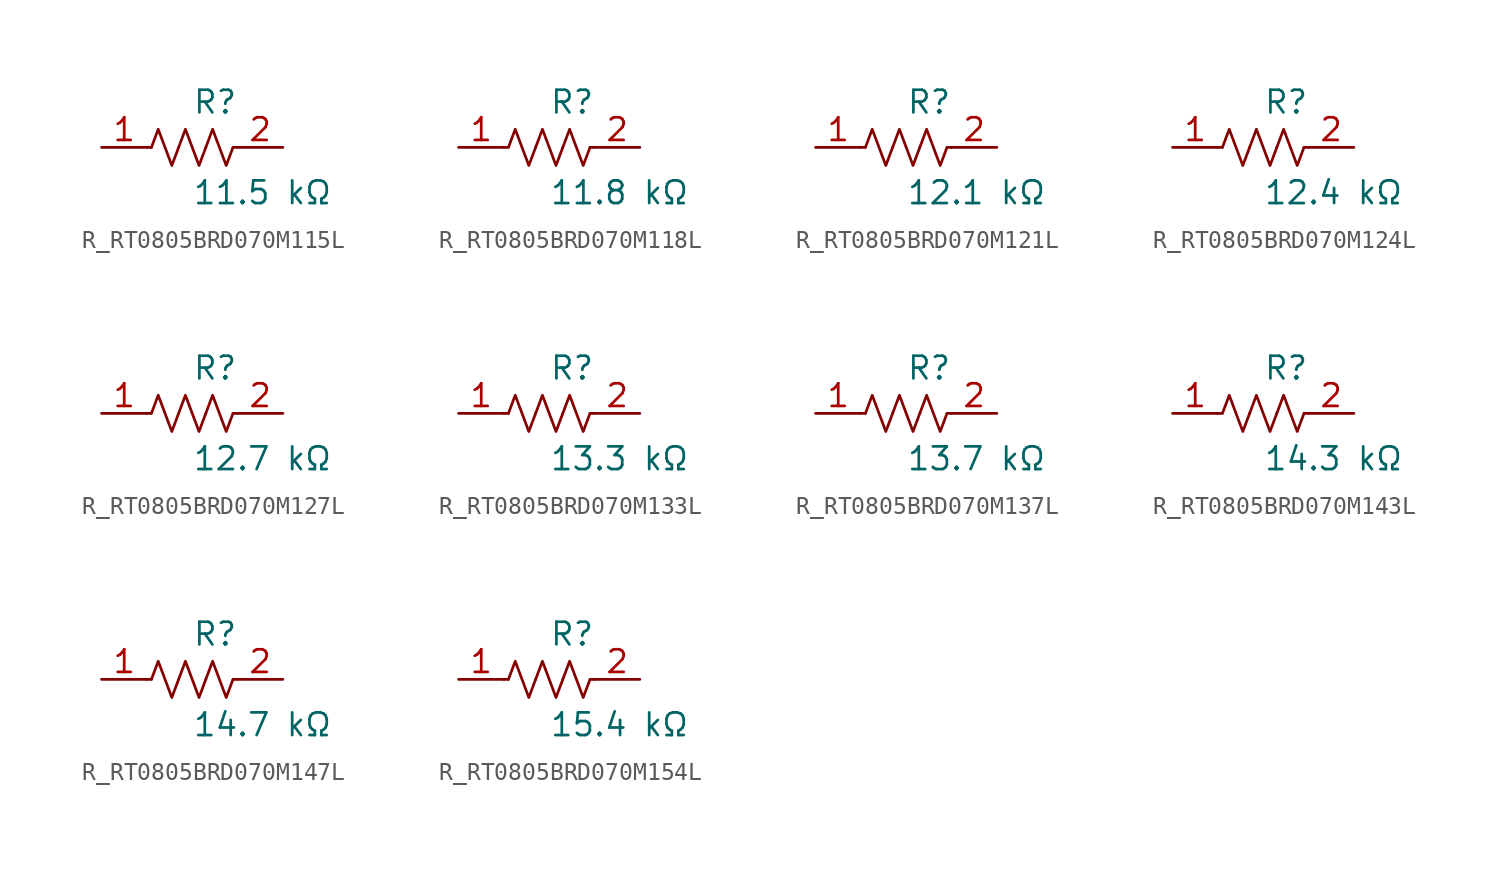
<source format=kicad_sym>
(kicad_symbol_lib
  (version 20231120)
  (generator kicad_symbol_editor)
  (generator_version 8.0)
  (symbol "R_RT0805BRD070M115L"
    (pin_names
      (offset 0.254))
    (property "Reference" "R"
      (at 0.0 2.54 0)
      (effects (font (size 1.27 1.27)) (justify left)))
    (property "Value" "11.5 kΩ"
      (at 0.0 -2.54 0)
      (effects (font (size 1.27 1.27)) (justify left)))
    (symbol "R_RT0805BRD070M115L_0_1"
      (polyline (pts (xy 2.286 0) (xy 2.54 0)) (stroke (width 0) (type default)) (fill (type none)))
      (polyline (pts (xy -2.286 0) (xy -2.54 0)) (stroke (width 0) (type default)) (fill (type none)))
      (polyline (pts (xy 0.762 0) (xy 1.143 1.016) (xy 1.524 0) (xy 1.905 -1.016) (xy 2.286 0)) (stroke (width 0) (type default)) (fill (type none)))
      (polyline (pts (xy -0.762 0) (xy -0.381 1.016) (xy 0 0) (xy 0.381 -1.016) (xy 0.762 0)) (stroke (width 0) (type default)) (fill (type none)))
      (polyline (pts (xy -2.286 0) (xy -1.905 1.016) (xy -1.524 0) (xy -1.143 -1.016) (xy -0.762 0)) (stroke (width 0) (type default)) (fill (type none))))
    (pin unspecified line
      (at -5.08 0 0)
      (length 2.54)
      (name "" (effects (font (size 1.27 1.27))))
      (number "1" (effects (font (size 1.27 1.27)))))
    (pin unspecified line
      (at 5.08 0 180)
      (length 2.54)
      (name "" (effects (font (size 1.27 1.27))))
      (number "2" (effects (font (size 1.27 1.27))))))
  (symbol "R_RT0805BRD070M118L"
    (pin_names
      (offset 0.254))
    (property "Reference" "R"
      (at 0.0 2.54 0)
      (effects (font (size 1.27 1.27)) (justify left)))
    (property "Value" "11.8 kΩ"
      (at 0.0 -2.54 0)
      (effects (font (size 1.27 1.27)) (justify left)))
    (symbol "R_RT0805BRD070M118L_0_1"
      (polyline (pts (xy 2.286 0) (xy 2.54 0)) (stroke (width 0) (type default)) (fill (type none)))
      (polyline (pts (xy -2.286 0) (xy -2.54 0)) (stroke (width 0) (type default)) (fill (type none)))
      (polyline (pts (xy 0.762 0) (xy 1.143 1.016) (xy 1.524 0) (xy 1.905 -1.016) (xy 2.286 0)) (stroke (width 0) (type default)) (fill (type none)))
      (polyline (pts (xy -0.762 0) (xy -0.381 1.016) (xy 0 0) (xy 0.381 -1.016) (xy 0.762 0)) (stroke (width 0) (type default)) (fill (type none)))
      (polyline (pts (xy -2.286 0) (xy -1.905 1.016) (xy -1.524 0) (xy -1.143 -1.016) (xy -0.762 0)) (stroke (width 0) (type default)) (fill (type none))))
    (pin unspecified line
      (at -5.08 0 0)
      (length 2.54)
      (name "" (effects (font (size 1.27 1.27))))
      (number "1" (effects (font (size 1.27 1.27)))))
    (pin unspecified line
      (at 5.08 0 180)
      (length 2.54)
      (name "" (effects (font (size 1.27 1.27))))
      (number "2" (effects (font (size 1.27 1.27))))))
  (symbol "R_RT0805BRD070M121L"
    (pin_names
      (offset 0.254))
    (property "Reference" "R"
      (at 0.0 2.54 0)
      (effects (font (size 1.27 1.27)) (justify left)))
    (property "Value" "12.1 kΩ"
      (at 0.0 -2.54 0)
      (effects (font (size 1.27 1.27)) (justify left)))
    (symbol "R_RT0805BRD070M121L_0_1"
      (polyline (pts (xy 2.286 0) (xy 2.54 0)) (stroke (width 0) (type default)) (fill (type none)))
      (polyline (pts (xy -2.286 0) (xy -2.54 0)) (stroke (width 0) (type default)) (fill (type none)))
      (polyline (pts (xy 0.762 0) (xy 1.143 1.016) (xy 1.524 0) (xy 1.905 -1.016) (xy 2.286 0)) (stroke (width 0) (type default)) (fill (type none)))
      (polyline (pts (xy -0.762 0) (xy -0.381 1.016) (xy 0 0) (xy 0.381 -1.016) (xy 0.762 0)) (stroke (width 0) (type default)) (fill (type none)))
      (polyline (pts (xy -2.286 0) (xy -1.905 1.016) (xy -1.524 0) (xy -1.143 -1.016) (xy -0.762 0)) (stroke (width 0) (type default)) (fill (type none))))
    (pin unspecified line
      (at -5.08 0 0)
      (length 2.54)
      (name "" (effects (font (size 1.27 1.27))))
      (number "1" (effects (font (size 1.27 1.27)))))
    (pin unspecified line
      (at 5.08 0 180)
      (length 2.54)
      (name "" (effects (font (size 1.27 1.27))))
      (number "2" (effects (font (size 1.27 1.27))))))
  (symbol "R_RT0805BRD070M124L"
    (pin_names
      (offset 0.254))
    (property "Reference" "R"
      (at 0.0 2.54 0)
      (effects (font (size 1.27 1.27)) (justify left)))
    (property "Value" "12.4 kΩ"
      (at 0.0 -2.54 0)
      (effects (font (size 1.27 1.27)) (justify left)))
    (symbol "R_RT0805BRD070M124L_0_1"
      (polyline (pts (xy 2.286 0) (xy 2.54 0)) (stroke (width 0) (type default)) (fill (type none)))
      (polyline (pts (xy -2.286 0) (xy -2.54 0)) (stroke (width 0) (type default)) (fill (type none)))
      (polyline (pts (xy 0.762 0) (xy 1.143 1.016) (xy 1.524 0) (xy 1.905 -1.016) (xy 2.286 0)) (stroke (width 0) (type default)) (fill (type none)))
      (polyline (pts (xy -0.762 0) (xy -0.381 1.016) (xy 0 0) (xy 0.381 -1.016) (xy 0.762 0)) (stroke (width 0) (type default)) (fill (type none)))
      (polyline (pts (xy -2.286 0) (xy -1.905 1.016) (xy -1.524 0) (xy -1.143 -1.016) (xy -0.762 0)) (stroke (width 0) (type default)) (fill (type none))))
    (pin unspecified line
      (at -5.08 0 0)
      (length 2.54)
      (name "" (effects (font (size 1.27 1.27))))
      (number "1" (effects (font (size 1.27 1.27)))))
    (pin unspecified line
      (at 5.08 0 180)
      (length 2.54)
      (name "" (effects (font (size 1.27 1.27))))
      (number "2" (effects (font (size 1.27 1.27))))))
  (symbol "R_RT0805BRD070M127L"
    (pin_names
      (offset 0.254))
    (property "Reference" "R"
      (at 0.0 2.54 0)
      (effects (font (size 1.27 1.27)) (justify left)))
    (property "Value" "12.7 kΩ"
      (at 0.0 -2.54 0)
      (effects (font (size 1.27 1.27)) (justify left)))
    (symbol "R_RT0805BRD070M127L_0_1"
      (polyline (pts (xy 2.286 0) (xy 2.54 0)) (stroke (width 0) (type default)) (fill (type none)))
      (polyline (pts (xy -2.286 0) (xy -2.54 0)) (stroke (width 0) (type default)) (fill (type none)))
      (polyline (pts (xy 0.762 0) (xy 1.143 1.016) (xy 1.524 0) (xy 1.905 -1.016) (xy 2.286 0)) (stroke (width 0) (type default)) (fill (type none)))
      (polyline (pts (xy -0.762 0) (xy -0.381 1.016) (xy 0 0) (xy 0.381 -1.016) (xy 0.762 0)) (stroke (width 0) (type default)) (fill (type none)))
      (polyline (pts (xy -2.286 0) (xy -1.905 1.016) (xy -1.524 0) (xy -1.143 -1.016) (xy -0.762 0)) (stroke (width 0) (type default)) (fill (type none))))
    (pin unspecified line
      (at -5.08 0 0)
      (length 2.54)
      (name "" (effects (font (size 1.27 1.27))))
      (number "1" (effects (font (size 1.27 1.27)))))
    (pin unspecified line
      (at 5.08 0 180)
      (length 2.54)
      (name "" (effects (font (size 1.27 1.27))))
      (number "2" (effects (font (size 1.27 1.27))))))
  (symbol "R_RT0805BRD070M133L"
    (pin_names
      (offset 0.254))
    (property "Reference" "R"
      (at 0.0 2.54 0)
      (effects (font (size 1.27 1.27)) (justify left)))
    (property "Value" "13.3 kΩ"
      (at 0.0 -2.54 0)
      (effects (font (size 1.27 1.27)) (justify left)))
    (symbol "R_RT0805BRD070M133L_0_1"
      (polyline (pts (xy 2.286 0) (xy 2.54 0)) (stroke (width 0) (type default)) (fill (type none)))
      (polyline (pts (xy -2.286 0) (xy -2.54 0)) (stroke (width 0) (type default)) (fill (type none)))
      (polyline (pts (xy 0.762 0) (xy 1.143 1.016) (xy 1.524 0) (xy 1.905 -1.016) (xy 2.286 0)) (stroke (width 0) (type default)) (fill (type none)))
      (polyline (pts (xy -0.762 0) (xy -0.381 1.016) (xy 0 0) (xy 0.381 -1.016) (xy 0.762 0)) (stroke (width 0) (type default)) (fill (type none)))
      (polyline (pts (xy -2.286 0) (xy -1.905 1.016) (xy -1.524 0) (xy -1.143 -1.016) (xy -0.762 0)) (stroke (width 0) (type default)) (fill (type none))))
    (pin unspecified line
      (at -5.08 0 0)
      (length 2.54)
      (name "" (effects (font (size 1.27 1.27))))
      (number "1" (effects (font (size 1.27 1.27)))))
    (pin unspecified line
      (at 5.08 0 180)
      (length 2.54)
      (name "" (effects (font (size 1.27 1.27))))
      (number "2" (effects (font (size 1.27 1.27))))))
  (symbol "R_RT0805BRD070M137L"
    (pin_names
      (offset 0.254))
    (property "Reference" "R"
      (at 0.0 2.54 0)
      (effects (font (size 1.27 1.27)) (justify left)))
    (property "Value" "13.7 kΩ"
      (at 0.0 -2.54 0)
      (effects (font (size 1.27 1.27)) (justify left)))
    (symbol "R_RT0805BRD070M137L_0_1"
      (polyline (pts (xy 2.286 0) (xy 2.54 0)) (stroke (width 0) (type default)) (fill (type none)))
      (polyline (pts (xy -2.286 0) (xy -2.54 0)) (stroke (width 0) (type default)) (fill (type none)))
      (polyline (pts (xy 0.762 0) (xy 1.143 1.016) (xy 1.524 0) (xy 1.905 -1.016) (xy 2.286 0)) (stroke (width 0) (type default)) (fill (type none)))
      (polyline (pts (xy -0.762 0) (xy -0.381 1.016) (xy 0 0) (xy 0.381 -1.016) (xy 0.762 0)) (stroke (width 0) (type default)) (fill (type none)))
      (polyline (pts (xy -2.286 0) (xy -1.905 1.016) (xy -1.524 0) (xy -1.143 -1.016) (xy -0.762 0)) (stroke (width 0) (type default)) (fill (type none))))
    (pin unspecified line
      (at -5.08 0 0)
      (length 2.54)
      (name "" (effects (font (size 1.27 1.27))))
      (number "1" (effects (font (size 1.27 1.27)))))
    (pin unspecified line
      (at 5.08 0 180)
      (length 2.54)
      (name "" (effects (font (size 1.27 1.27))))
      (number "2" (effects (font (size 1.27 1.27))))))
  (symbol "R_RT0805BRD070M143L"
    (pin_names
      (offset 0.254))
    (property "Reference" "R"
      (at 0.0 2.54 0)
      (effects (font (size 1.27 1.27)) (justify left)))
    (property "Value" "14.3 kΩ"
      (at 0.0 -2.54 0)
      (effects (font (size 1.27 1.27)) (justify left)))
    (symbol "R_RT0805BRD070M143L_0_1"
      (polyline (pts (xy 2.286 0) (xy 2.54 0)) (stroke (width 0) (type default)) (fill (type none)))
      (polyline (pts (xy -2.286 0) (xy -2.54 0)) (stroke (width 0) (type default)) (fill (type none)))
      (polyline (pts (xy 0.762 0) (xy 1.143 1.016) (xy 1.524 0) (xy 1.905 -1.016) (xy 2.286 0)) (stroke (width 0) (type default)) (fill (type none)))
      (polyline (pts (xy -0.762 0) (xy -0.381 1.016) (xy 0 0) (xy 0.381 -1.016) (xy 0.762 0)) (stroke (width 0) (type default)) (fill (type none)))
      (polyline (pts (xy -2.286 0) (xy -1.905 1.016) (xy -1.524 0) (xy -1.143 -1.016) (xy -0.762 0)) (stroke (width 0) (type default)) (fill (type none))))
    (pin unspecified line
      (at -5.08 0 0)
      (length 2.54)
      (name "" (effects (font (size 1.27 1.27))))
      (number "1" (effects (font (size 1.27 1.27)))))
    (pin unspecified line
      (at 5.08 0 180)
      (length 2.54)
      (name "" (effects (font (size 1.27 1.27))))
      (number "2" (effects (font (size 1.27 1.27))))))
  (symbol "R_RT0805BRD070M147L"
    (pin_names
      (offset 0.254))
    (property "Reference" "R"
      (at 0.0 2.54 0)
      (effects (font (size 1.27 1.27)) (justify left)))
    (property "Value" "14.7 kΩ"
      (at 0.0 -2.54 0)
      (effects (font (size 1.27 1.27)) (justify left)))
    (symbol "R_RT0805BRD070M147L_0_1"
      (polyline (pts (xy 2.286 0) (xy 2.54 0)) (stroke (width 0) (type default)) (fill (type none)))
      (polyline (pts (xy -2.286 0) (xy -2.54 0)) (stroke (width 0) (type default)) (fill (type none)))
      (polyline (pts (xy 0.762 0) (xy 1.143 1.016) (xy 1.524 0) (xy 1.905 -1.016) (xy 2.286 0)) (stroke (width 0) (type default)) (fill (type none)))
      (polyline (pts (xy -0.762 0) (xy -0.381 1.016) (xy 0 0) (xy 0.381 -1.016) (xy 0.762 0)) (stroke (width 0) (type default)) (fill (type none)))
      (polyline (pts (xy -2.286 0) (xy -1.905 1.016) (xy -1.524 0) (xy -1.143 -1.016) (xy -0.762 0)) (stroke (width 0) (type default)) (fill (type none))))
    (pin unspecified line
      (at -5.08 0 0)
      (length 2.54)
      (name "" (effects (font (size 1.27 1.27))))
      (number "1" (effects (font (size 1.27 1.27)))))
    (pin unspecified line
      (at 5.08 0 180)
      (length 2.54)
      (name "" (effects (font (size 1.27 1.27))))
      (number "2" (effects (font (size 1.27 1.27))))))
  (symbol "R_RT0805BRD070M154L"
    (pin_names
      (offset 0.254))
    (property "Reference" "R"
      (at 0.0 2.54 0)
      (effects (font (size 1.27 1.27)) (justify left)))
    (property "Value" "15.4 kΩ"
      (at 0.0 -2.54 0)
      (effects (font (size 1.27 1.27)) (justify left)))
    (symbol "R_RT0805BRD070M154L_0_1"
      (polyline (pts (xy 2.286 0) (xy 2.54 0)) (stroke (width 0) (type default)) (fill (type none)))
      (polyline (pts (xy -2.286 0) (xy -2.54 0)) (stroke (width 0) (type default)) (fill (type none)))
      (polyline (pts (xy 0.762 0) (xy 1.143 1.016) (xy 1.524 0) (xy 1.905 -1.016) (xy 2.286 0)) (stroke (width 0) (type default)) (fill (type none)))
      (polyline (pts (xy -0.762 0) (xy -0.381 1.016) (xy 0 0) (xy 0.381 -1.016) (xy 0.762 0)) (stroke (width 0) (type default)) (fill (type none)))
      (polyline (pts (xy -2.286 0) (xy -1.905 1.016) (xy -1.524 0) (xy -1.143 -1.016) (xy -0.762 0)) (stroke (width 0) (type default)) (fill (type none))))
    (pin unspecified line
      (at -5.08 0 0)
      (length 2.54)
      (name "" (effects (font (size 1.27 1.27))))
      (number "1" (effects (font (size 1.27 1.27)))))
    (pin unspecified line
      (at 5.08 0 180)
      (length 2.54)
      (name "" (effects (font (size 1.27 1.27))))
      (number "2" (effects (font (size 1.27 1.27)))))))
</source>
